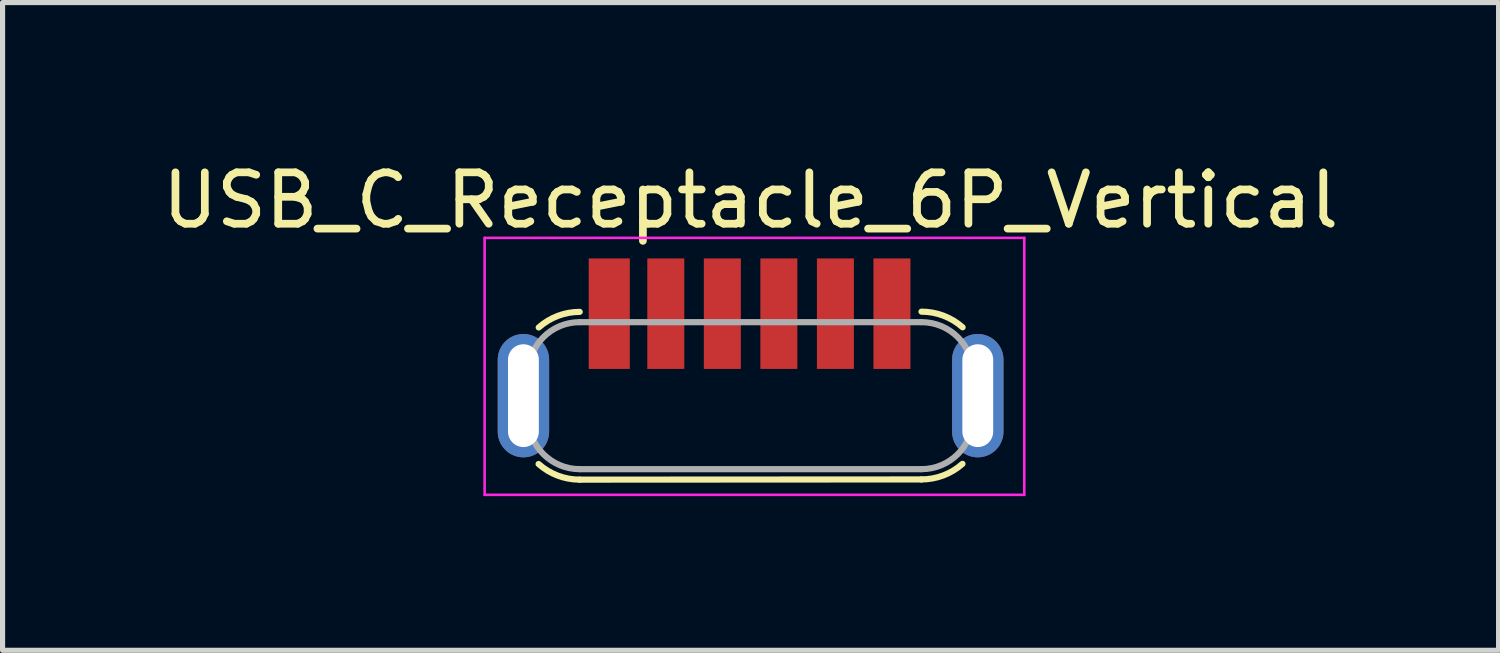
<source format=kicad_pcb>
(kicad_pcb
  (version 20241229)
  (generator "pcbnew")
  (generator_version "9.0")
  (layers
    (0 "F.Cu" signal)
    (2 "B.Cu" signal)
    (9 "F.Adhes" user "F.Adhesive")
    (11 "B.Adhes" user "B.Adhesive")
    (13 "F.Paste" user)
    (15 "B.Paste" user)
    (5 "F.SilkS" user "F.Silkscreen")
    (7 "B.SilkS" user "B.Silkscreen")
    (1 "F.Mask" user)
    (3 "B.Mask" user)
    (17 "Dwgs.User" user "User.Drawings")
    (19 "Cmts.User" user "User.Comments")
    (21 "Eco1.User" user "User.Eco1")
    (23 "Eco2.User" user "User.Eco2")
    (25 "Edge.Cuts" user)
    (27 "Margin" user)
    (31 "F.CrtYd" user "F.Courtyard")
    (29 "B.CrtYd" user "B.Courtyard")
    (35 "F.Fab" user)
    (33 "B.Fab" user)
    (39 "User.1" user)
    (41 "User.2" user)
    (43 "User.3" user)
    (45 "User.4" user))
  (footprint "USB_C_Receptacle_6P_Vertical"
    (layer "F.Cu")
    (at 11.554 4.648)
    (property "Reference" "USB_C_Receptacle_6P_Vertical" (at 0 -3.8 0) (layer "F.SilkS") (effects (font (size 1 1) (thickness 0.15))))
    (attr through_hole)
    (fp_line (start 3.325 1.63) (end -3.325 1.634) (stroke (width 0.12) (type solid)) (layer "F.SilkS"))
    (fp_arc (start -4.122237 -1.326891) (mid -3.751457 -1.551666) (end -3.325 -1.63) (stroke (width 0.12) (type solid)) (layer "F.SilkS"))
    (fp_arc (start -3.325 1.634158) (mid -3.752934 1.555553) (end -4.124999 1.329999) (stroke (width 0.12) (type solid)) (layer "F.SilkS"))
    (fp_arc (start 3.325 -1.634158) (mid 3.752934 -1.555553) (end 4.124999 -1.329999) (stroke (width 0.12) (type solid)) (layer "F.SilkS"))
    (fp_arc (start 4.122237 1.326891) (mid 3.751457 1.551666) (end 3.325 1.63) (stroke (width 0.12) (type solid)) (layer "F.SilkS"))
    (fp_line (start -5.175 -3.07) (end 5.325 -3.07) (stroke (width 0.05) (type solid)) (layer "F.CrtYd"))
    (fp_line (start -5.175 1.93) (end -5.175 -3.07) (stroke (width 0.05) (type solid)) (layer "F.CrtYd"))
    (fp_line (start 5.325 -3.07) (end 5.325 1.93) (stroke (width 0.05) (type solid)) (layer "F.CrtYd"))
    (fp_line (start 5.325 1.93) (end -5.175 1.93) (stroke (width 0.05) (type solid)) (layer "F.CrtYd"))
    (fp_line (start -4.325 0.43) (end -4.325 -0.43) (stroke (width 0.12) (type solid)) (layer "F.Fab"))
    (fp_line (start -3.325 -1.43) (end 3.325 -1.43) (stroke (width 0.12) (type solid)) (layer "F.Fab"))
    (fp_line (start 3.325 1.43) (end -3.325 1.43) (stroke (width 0.12) (type solid)) (layer "F.Fab"))
    (fp_line (start 4.325 -0.43) (end 4.325 0.43) (stroke (width 0.12) (type solid)) (layer "F.Fab"))
    (fp_arc (start -4.325 -0.43) (mid -4.032107 -1.137107) (end -3.325 -1.43) (stroke (width 0.12) (type solid)) (layer "F.Fab"))
    (fp_arc (start -3.325 1.43) (mid -4.032107 1.137107) (end -4.325 0.43) (stroke (width 0.12) (type solid)) (layer "F.Fab"))
    (fp_arc (start 3.325 -1.43) (mid 4.032107 -1.137107) (end 4.325 -0.43) (stroke (width 0.12) (type solid)) (layer "F.Fab"))
    (fp_arc (start 4.325 0.43) (mid 4.032107 1.137107) (end 3.325 1.43) (stroke (width 0.12) (type solid)) (layer "F.Fab"))
    (pad "A5" smd rect (at 0.55 -1.595 270) (size 2.15 0.72) (layers "F.Cu" "F.Mask" "F.Paste"))
    (pad "A9" smd rect (at -1.65 -1.595 270) (size 2.15 0.72) (layers "F.Cu" "F.Mask" "F.Paste"))
    (pad "A12" smd rect (at -2.75 -1.595 270) (size 2.15 0.8) (layers "F.Cu" "F.Mask" "F.Paste"))
    (pad "B5" smd rect (at -0.55 -1.595 270) (size 2.15 0.72) (layers "F.Cu" "F.Mask" "F.Paste"))
    (pad "B9" smd rect (at 1.65 -1.595 270) (size 2.15 0.72) (layers "F.Cu" "F.Mask" "F.Paste"))
    (pad "B12" smd rect (at 2.75 -1.595 270) (size 2.15 0.72) (layers "F.Cu" "F.Mask" "F.Paste"))
    (pad "S1" thru_hole oval (at -4.42 0 270) (size 2.4 1) (drill oval 2 0.6) (layers "*.Cu" "*.Mask"))
    (pad "S1" thru_hole oval (at 4.42 0 270) (size 2.4 1) (drill oval 2 0.6) (layers "*.Cu" "*.Mask")))
  (gr_rect
    (start -3 -3)
    (end 26.107 9.603)
    (stroke (width 0.1) (type default))
    (fill no)
    (layer "Edge.Cuts")))
</source>
